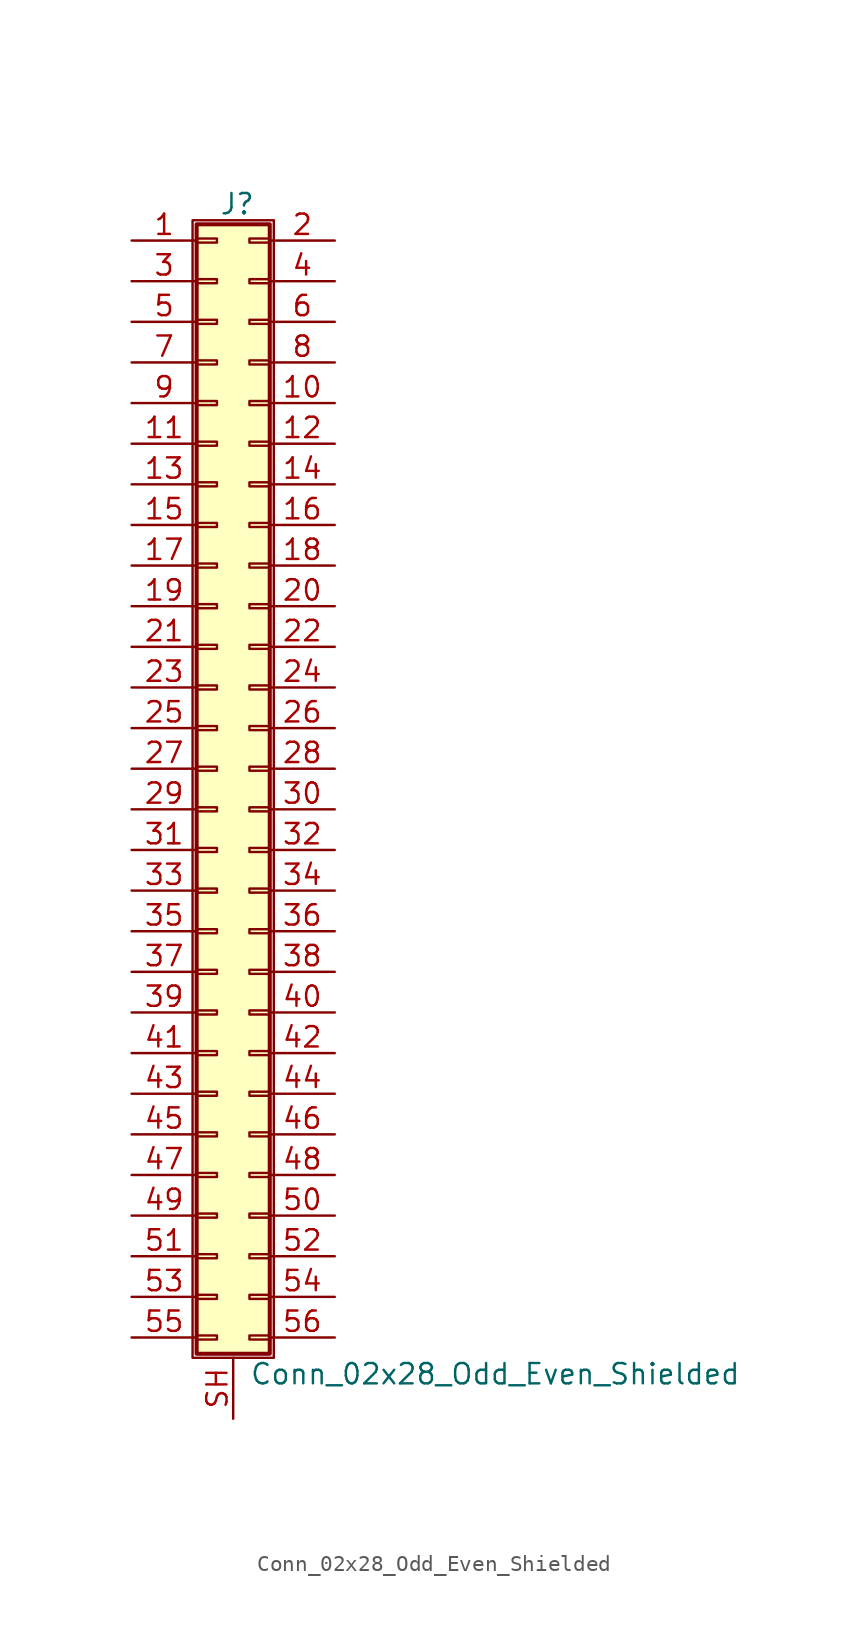
<source format=kicad_sym>
(kicad_symbol_lib
  (version 20201005)
  (generator kicad_symbol_editor)
  (symbol "Conn_02x28_Odd_Even_Shielded"
    (pin_names
      (offset 1.016) hide)
    (property "Reference" "J"
      (at 1.524 35.306 0)
      (effects (font (size 1.27 1.27))))
    (property "Value" "Conn_02x28_Odd_Even_Shielded"
      (at 2.286 -37.846 0)
      (effects (font (size 1.27 1.27)) (justify left)))
    (symbol "Conn_02x28_Odd_Even_Shielded_1_1"
      (rectangle (start -1.27 34.29) (end 3.81 -36.83) (stroke (width 0.152)) (fill (type none)))
      (rectangle (start -1.016 -35.433) (end 0.254 -35.687) (stroke (width 0.152)) (fill (type none)))
      (rectangle (start -1.016 -32.893) (end 0.254 -33.147) (stroke (width 0.152)) (fill (type none)))
      (rectangle (start -1.016 -30.353) (end 0.254 -30.607) (stroke (width 0.152)) (fill (type none)))
      (rectangle (start -1.016 -27.813) (end 0.254 -28.067) (stroke (width 0.152)) (fill (type none)))
      (rectangle (start -1.016 -25.273) (end 0.254 -25.527) (stroke (width 0.152)) (fill (type none)))
      (rectangle (start -1.016 -22.733) (end 0.254 -22.987) (stroke (width 0.152)) (fill (type none)))
      (rectangle (start -1.016 -20.193) (end 0.254 -20.447) (stroke (width 0.152)) (fill (type none)))
      (rectangle (start -1.016 -17.653) (end 0.254 -17.907) (stroke (width 0.152)) (fill (type none)))
      (rectangle (start -1.016 -15.113) (end 0.254 -15.367) (stroke (width 0.152)) (fill (type none)))
      (rectangle (start -1.016 -12.573) (end 0.254 -12.827) (stroke (width 0.152)) (fill (type none)))
      (rectangle (start -1.016 -10.033) (end 0.254 -10.287) (stroke (width 0.152)) (fill (type none)))
      (rectangle (start -1.016 -7.493) (end 0.254 -7.747) (stroke (width 0.152)) (fill (type none)))
      (rectangle (start -1.016 -4.953) (end 0.254 -5.207) (stroke (width 0.152)) (fill (type none)))
      (rectangle (start -1.016 -2.413) (end 0.254 -2.667) (stroke (width 0.152)) (fill (type none)))
      (rectangle (start -1.016 0.127) (end 0.254 -0.127) (stroke (width 0.152)) (fill (type none)))
      (rectangle (start -1.016 2.667) (end 0.254 2.413) (stroke (width 0.152)) (fill (type none)))
      (rectangle (start -1.016 5.207) (end 0.254 4.953) (stroke (width 0.152)) (fill (type none)))
      (rectangle (start -1.016 7.747) (end 0.254 7.493) (stroke (width 0.152)) (fill (type none)))
      (rectangle (start -1.016 10.287) (end 0.254 10.033) (stroke (width 0.152)) (fill (type none)))
      (rectangle (start -1.016 12.827) (end 0.254 12.573) (stroke (width 0.152)) (fill (type none)))
      (rectangle (start -1.016 15.367) (end 0.254 15.113) (stroke (width 0.152)) (fill (type none)))
      (rectangle (start -1.016 17.907) (end 0.254 17.653) (stroke (width 0.152)) (fill (type none)))
      (rectangle (start -1.016 20.447) (end 0.254 20.193) (stroke (width 0.152)) (fill (type none)))
      (rectangle (start -1.016 22.987) (end 0.254 22.733) (stroke (width 0.152)) (fill (type none)))
      (rectangle (start -1.016 25.527) (end 0.254 25.273) (stroke (width 0.152)) (fill (type none)))
      (rectangle (start -1.016 28.067) (end 0.254 27.813) (stroke (width 0.152)) (fill (type none)))
      (rectangle (start -1.016 30.607) (end 0.254 30.353) (stroke (width 0.152)) (fill (type none)))
      (rectangle (start -1.016 33.147) (end 0.254 32.893) (stroke (width 0.152)) (fill (type none)))
      (rectangle (start -1.016 34.036) (end 3.556 -36.576) (stroke (width 0.254)) (fill (type background)))
      (rectangle (start 3.556 -35.433) (end 2.286 -35.687) (stroke (width 0.152)) (fill (type none)))
      (rectangle (start 3.556 -32.893) (end 2.286 -33.147) (stroke (width 0.152)) (fill (type none)))
      (rectangle (start 3.556 -30.353) (end 2.286 -30.607) (stroke (width 0.152)) (fill (type none)))
      (rectangle (start 3.556 -27.813) (end 2.286 -28.067) (stroke (width 0.152)) (fill (type none)))
      (rectangle (start 3.556 -25.273) (end 2.286 -25.527) (stroke (width 0.152)) (fill (type none)))
      (rectangle (start 3.556 -22.733) (end 2.286 -22.987) (stroke (width 0.152)) (fill (type none)))
      (rectangle (start 3.556 -20.193) (end 2.286 -20.447) (stroke (width 0.152)) (fill (type none)))
      (rectangle (start 3.556 -17.653) (end 2.286 -17.907) (stroke (width 0.152)) (fill (type none)))
      (rectangle (start 3.556 -15.113) (end 2.286 -15.367) (stroke (width 0.152)) (fill (type none)))
      (rectangle (start 3.556 -12.573) (end 2.286 -12.827) (stroke (width 0.152)) (fill (type none)))
      (rectangle (start 3.556 -10.033) (end 2.286 -10.287) (stroke (width 0.152)) (fill (type none)))
      (rectangle (start 3.556 -7.493) (end 2.286 -7.747) (stroke (width 0.152)) (fill (type none)))
      (rectangle (start 3.556 -4.953) (end 2.286 -5.207) (stroke (width 0.152)) (fill (type none)))
      (rectangle (start 3.556 -2.413) (end 2.286 -2.667) (stroke (width 0.152)) (fill (type none)))
      (rectangle (start 3.556 0.127) (end 2.286 -0.127) (stroke (width 0.152)) (fill (type none)))
      (rectangle (start 3.556 2.667) (end 2.286 2.413) (stroke (width 0.152)) (fill (type none)))
      (rectangle (start 3.556 5.207) (end 2.286 4.953) (stroke (width 0.152)) (fill (type none)))
      (rectangle (start 3.556 7.747) (end 2.286 7.493) (stroke (width 0.152)) (fill (type none)))
      (rectangle (start 3.556 10.287) (end 2.286 10.033) (stroke (width 0.152)) (fill (type none)))
      (rectangle (start 3.556 12.827) (end 2.286 12.573) (stroke (width 0.152)) (fill (type none)))
      (rectangle (start 3.556 15.367) (end 2.286 15.113) (stroke (width 0.152)) (fill (type none)))
      (rectangle (start 3.556 17.907) (end 2.286 17.653) (stroke (width 0.152)) (fill (type none)))
      (rectangle (start 3.556 20.447) (end 2.286 20.193) (stroke (width 0.152)) (fill (type none)))
      (rectangle (start 3.556 22.987) (end 2.286 22.733) (stroke (width 0.152)) (fill (type none)))
      (rectangle (start 3.556 25.527) (end 2.286 25.273) (stroke (width 0.152)) (fill (type none)))
      (rectangle (start 3.556 28.067) (end 2.286 27.813) (stroke (width 0.152)) (fill (type none)))
      (rectangle (start 3.556 30.607) (end 2.286 30.353) (stroke (width 0.152)) (fill (type none)))
      (rectangle (start 3.556 33.147) (end 2.286 32.893) (stroke (width 0.152)) (fill (type none)))
      (pin passive line (at -5.08 33.02 0) (length 4.064) (name "Pin_1" (effects (font (size 1.27 1.27)))) (number "1" (effects (font (size 1.27 1.27)))))
      (pin passive line (at 7.62 22.86 180) (length 4.064) (name "Pin_10" (effects (font (size 1.27 1.27)))) (number "10" (effects (font (size 1.27 1.27)))))
      (pin passive line (at -5.08 20.32 0) (length 4.064) (name "Pin_11" (effects (font (size 1.27 1.27)))) (number "11" (effects (font (size 1.27 1.27)))))
      (pin passive line (at 7.62 20.32 180) (length 4.064) (name "Pin_12" (effects (font (size 1.27 1.27)))) (number "12" (effects (font (size 1.27 1.27)))))
      (pin passive line (at -5.08 17.78 0) (length 4.064) (name "Pin_13" (effects (font (size 1.27 1.27)))) (number "13" (effects (font (size 1.27 1.27)))))
      (pin passive line (at 7.62 17.78 180) (length 4.064) (name "Pin_14" (effects (font (size 1.27 1.27)))) (number "14" (effects (font (size 1.27 1.27)))))
      (pin passive line (at -5.08 15.24 0) (length 4.064) (name "Pin_15" (effects (font (size 1.27 1.27)))) (number "15" (effects (font (size 1.27 1.27)))))
      (pin passive line (at 7.62 15.24 180) (length 4.064) (name "Pin_16" (effects (font (size 1.27 1.27)))) (number "16" (effects (font (size 1.27 1.27)))))
      (pin passive line (at -5.08 12.7 0) (length 4.064) (name "Pin_17" (effects (font (size 1.27 1.27)))) (number "17" (effects (font (size 1.27 1.27)))))
      (pin passive line (at 7.62 12.7 180) (length 4.064) (name "Pin_18" (effects (font (size 1.27 1.27)))) (number "18" (effects (font (size 1.27 1.27)))))
      (pin passive line (at -5.08 10.16 0) (length 4.064) (name "Pin_19" (effects (font (size 1.27 1.27)))) (number "19" (effects (font (size 1.27 1.27)))))
      (pin passive line (at 7.62 33.02 180) (length 4.064) (name "Pin_2" (effects (font (size 1.27 1.27)))) (number "2" (effects (font (size 1.27 1.27)))))
      (pin passive line (at 7.62 10.16 180) (length 4.064) (name "Pin_20" (effects (font (size 1.27 1.27)))) (number "20" (effects (font (size 1.27 1.27)))))
      (pin passive line (at -5.08 7.62 0) (length 4.064) (name "Pin_21" (effects (font (size 1.27 1.27)))) (number "21" (effects (font (size 1.27 1.27)))))
      (pin passive line (at 7.62 7.62 180) (length 4.064) (name "Pin_22" (effects (font (size 1.27 1.27)))) (number "22" (effects (font (size 1.27 1.27)))))
      (pin passive line (at -5.08 5.08 0) (length 4.064) (name "Pin_23" (effects (font (size 1.27 1.27)))) (number "23" (effects (font (size 1.27 1.27)))))
      (pin passive line (at 7.62 5.08 180) (length 4.064) (name "Pin_24" (effects (font (size 1.27 1.27)))) (number "24" (effects (font (size 1.27 1.27)))))
      (pin passive line (at -5.08 2.54 0) (length 4.064) (name "Pin_25" (effects (font (size 1.27 1.27)))) (number "25" (effects (font (size 1.27 1.27)))))
      (pin passive line (at 7.62 2.54 180) (length 4.064) (name "Pin_26" (effects (font (size 1.27 1.27)))) (number "26" (effects (font (size 1.27 1.27)))))
      (pin passive line (at -5.08 0 0) (length 4.064) (name "Pin_27" (effects (font (size 1.27 1.27)))) (number "27" (effects (font (size 1.27 1.27)))))
      (pin passive line (at 7.62 0 180) (length 4.064) (name "Pin_28" (effects (font (size 1.27 1.27)))) (number "28" (effects (font (size 1.27 1.27)))))
      (pin passive line (at -5.08 -2.54 0) (length 4.064) (name "Pin_29" (effects (font (size 1.27 1.27)))) (number "29" (effects (font (size 1.27 1.27)))))
      (pin passive line (at -5.08 30.48 0) (length 4.064) (name "Pin_3" (effects (font (size 1.27 1.27)))) (number "3" (effects (font (size 1.27 1.27)))))
      (pin passive line (at 7.62 -2.54 180) (length 4.064) (name "Pin_30" (effects (font (size 1.27 1.27)))) (number "30" (effects (font (size 1.27 1.27)))))
      (pin passive line (at -5.08 -5.08 0) (length 4.064) (name "Pin_31" (effects (font (size 1.27 1.27)))) (number "31" (effects (font (size 1.27 1.27)))))
      (pin passive line (at 7.62 -5.08 180) (length 4.064) (name "Pin_32" (effects (font (size 1.27 1.27)))) (number "32" (effects (font (size 1.27 1.27)))))
      (pin passive line (at -5.08 -7.62 0) (length 4.064) (name "Pin_33" (effects (font (size 1.27 1.27)))) (number "33" (effects (font (size 1.27 1.27)))))
      (pin passive line (at 7.62 -7.62 180) (length 4.064) (name "Pin_34" (effects (font (size 1.27 1.27)))) (number "34" (effects (font (size 1.27 1.27)))))
      (pin passive line (at -5.08 -10.16 0) (length 4.064) (name "Pin_35" (effects (font (size 1.27 1.27)))) (number "35" (effects (font (size 1.27 1.27)))))
      (pin passive line (at 7.62 -10.16 180) (length 4.064) (name "Pin_36" (effects (font (size 1.27 1.27)))) (number "36" (effects (font (size 1.27 1.27)))))
      (pin passive line (at -5.08 -12.7 0) (length 4.064) (name "Pin_37" (effects (font (size 1.27 1.27)))) (number "37" (effects (font (size 1.27 1.27)))))
      (pin passive line (at 7.62 -12.7 180) (length 4.064) (name "Pin_38" (effects (font (size 1.27 1.27)))) (number "38" (effects (font (size 1.27 1.27)))))
      (pin passive line (at -5.08 -15.24 0) (length 4.064) (name "Pin_39" (effects (font (size 1.27 1.27)))) (number "39" (effects (font (size 1.27 1.27)))))
      (pin passive line (at 7.62 30.48 180) (length 4.064) (name "Pin_4" (effects (font (size 1.27 1.27)))) (number "4" (effects (font (size 1.27 1.27)))))
      (pin passive line (at 7.62 -15.24 180) (length 4.064) (name "Pin_40" (effects (font (size 1.27 1.27)))) (number "40" (effects (font (size 1.27 1.27)))))
      (pin passive line (at -5.08 -17.78 0) (length 4.064) (name "Pin_41" (effects (font (size 1.27 1.27)))) (number "41" (effects (font (size 1.27 1.27)))))
      (pin passive line (at 7.62 -17.78 180) (length 4.064) (name "Pin_42" (effects (font (size 1.27 1.27)))) (number "42" (effects (font (size 1.27 1.27)))))
      (pin passive line (at -5.08 -20.32 0) (length 4.064) (name "Pin_43" (effects (font (size 1.27 1.27)))) (number "43" (effects (font (size 1.27 1.27)))))
      (pin passive line (at 7.62 -20.32 180) (length 4.064) (name "Pin_44" (effects (font (size 1.27 1.27)))) (number "44" (effects (font (size 1.27 1.27)))))
      (pin passive line (at -5.08 -22.86 0) (length 4.064) (name "Pin_45" (effects (font (size 1.27 1.27)))) (number "45" (effects (font (size 1.27 1.27)))))
      (pin passive line (at 7.62 -22.86 180) (length 4.064) (name "Pin_46" (effects (font (size 1.27 1.27)))) (number "46" (effects (font (size 1.27 1.27)))))
      (pin passive line (at -5.08 -25.4 0) (length 4.064) (name "Pin_47" (effects (font (size 1.27 1.27)))) (number "47" (effects (font (size 1.27 1.27)))))
      (pin passive line (at 7.62 -25.4 180) (length 4.064) (name "Pin_48" (effects (font (size 1.27 1.27)))) (number "48" (effects (font (size 1.27 1.27)))))
      (pin passive line (at -5.08 -27.94 0) (length 4.064) (name "Pin_49" (effects (font (size 1.27 1.27)))) (number "49" (effects (font (size 1.27 1.27)))))
      (pin passive line (at -5.08 27.94 0) (length 4.064) (name "Pin_5" (effects (font (size 1.27 1.27)))) (number "5" (effects (font (size 1.27 1.27)))))
      (pin passive line (at 7.62 -27.94 180) (length 4.064) (name "Pin_50" (effects (font (size 1.27 1.27)))) (number "50" (effects (font (size 1.27 1.27)))))
      (pin passive line (at -5.08 -30.48 0) (length 4.064) (name "Pin_51" (effects (font (size 1.27 1.27)))) (number "51" (effects (font (size 1.27 1.27)))))
      (pin passive line (at 7.62 -30.48 180) (length 4.064) (name "Pin_52" (effects (font (size 1.27 1.27)))) (number "52" (effects (font (size 1.27 1.27)))))
      (pin passive line (at -5.08 -33.02 0) (length 4.064) (name "Pin_53" (effects (font (size 1.27 1.27)))) (number "53" (effects (font (size 1.27 1.27)))))
      (pin passive line (at 7.62 -33.02 180) (length 4.064) (name "Pin_54" (effects (font (size 1.27 1.27)))) (number "54" (effects (font (size 1.27 1.27)))))
      (pin passive line (at -5.08 -35.56 0) (length 4.064) (name "Pin_55" (effects (font (size 1.27 1.27)))) (number "55" (effects (font (size 1.27 1.27)))))
      (pin passive line (at 7.62 -35.56 180) (length 4.064) (name "Pin_56" (effects (font (size 1.27 1.27)))) (number "56" (effects (font (size 1.27 1.27)))))
      (pin passive line (at 7.62 27.94 180) (length 4.064) (name "Pin_6" (effects (font (size 1.27 1.27)))) (number "6" (effects (font (size 1.27 1.27)))))
      (pin passive line (at -5.08 25.4 0) (length 4.064) (name "Pin_7" (effects (font (size 1.27 1.27)))) (number "7" (effects (font (size 1.27 1.27)))))
      (pin passive line (at 7.62 25.4 180) (length 4.064) (name "Pin_8" (effects (font (size 1.27 1.27)))) (number "8" (effects (font (size 1.27 1.27)))))
      (pin passive line (at -5.08 22.86 0) (length 4.064) (name "Pin_9" (effects (font (size 1.27 1.27)))) (number "9" (effects (font (size 1.27 1.27)))))
      (pin passive line (at 1.27 -40.64 90) (length 3.81) (name "Shield" (effects (font (size 1.27 1.27)))) (number "SH" (effects (font (size 1.27 1.27))))))))
</source>
